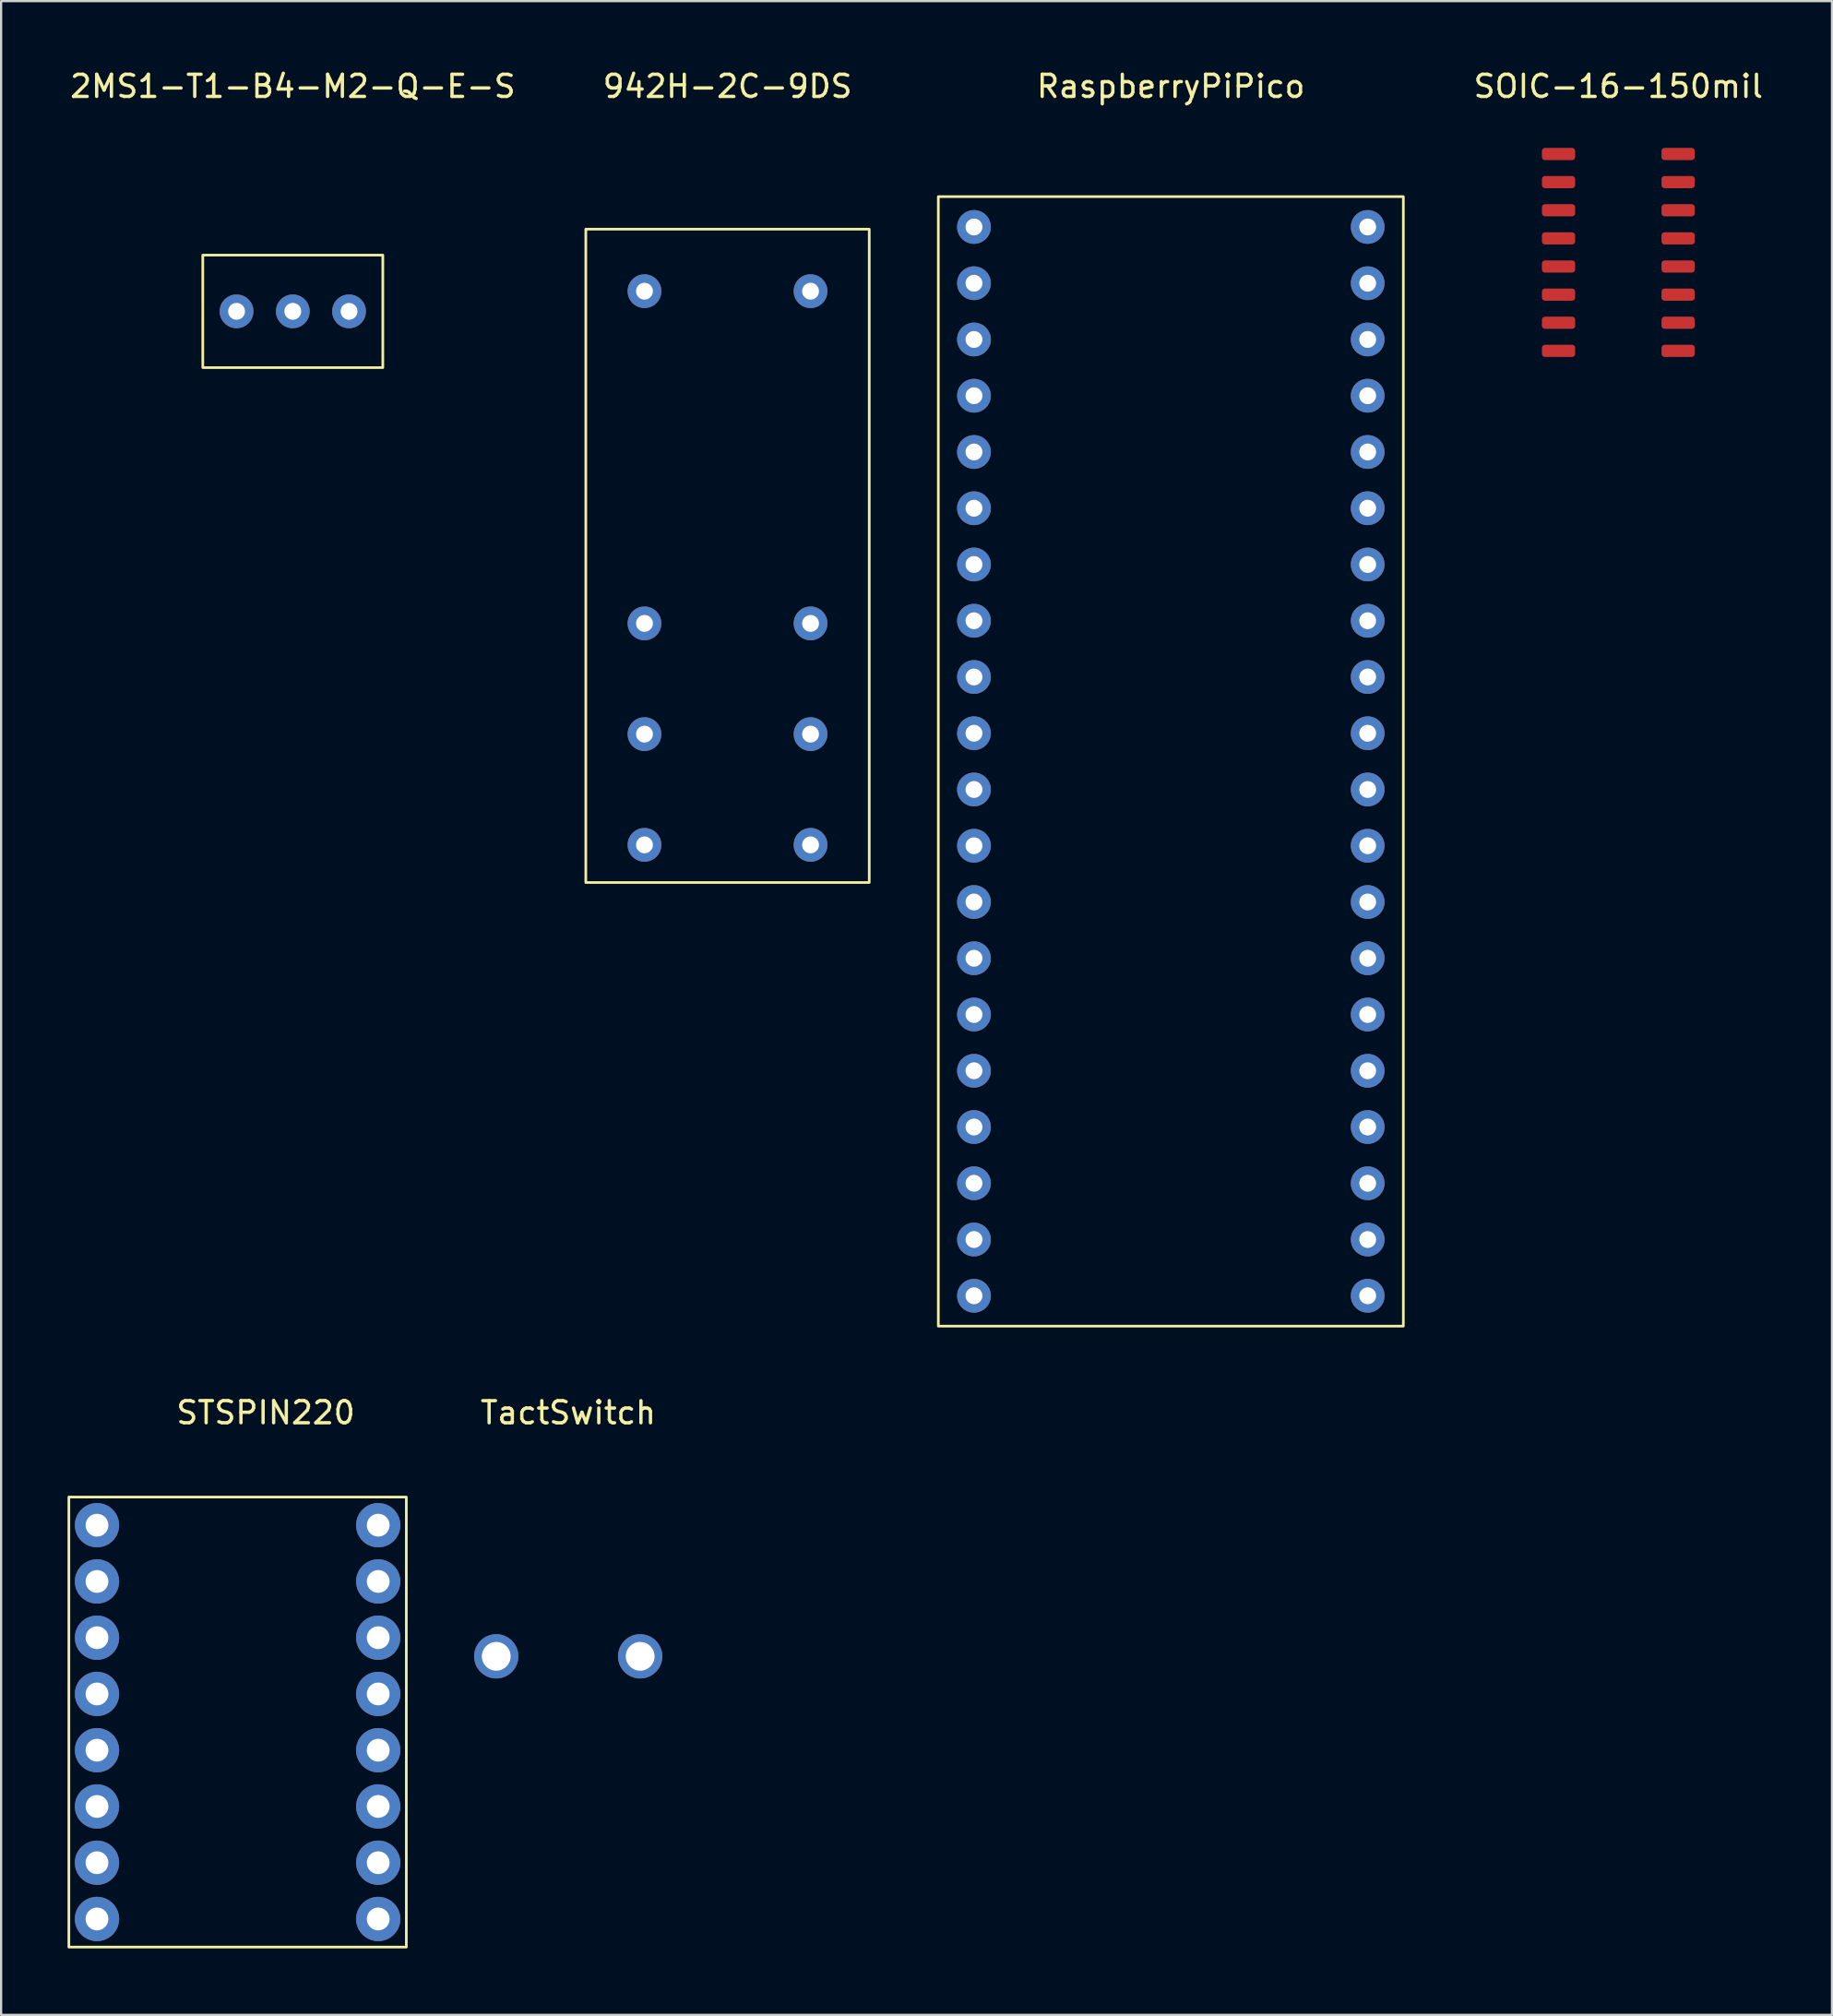
<source format=kicad_pcb>
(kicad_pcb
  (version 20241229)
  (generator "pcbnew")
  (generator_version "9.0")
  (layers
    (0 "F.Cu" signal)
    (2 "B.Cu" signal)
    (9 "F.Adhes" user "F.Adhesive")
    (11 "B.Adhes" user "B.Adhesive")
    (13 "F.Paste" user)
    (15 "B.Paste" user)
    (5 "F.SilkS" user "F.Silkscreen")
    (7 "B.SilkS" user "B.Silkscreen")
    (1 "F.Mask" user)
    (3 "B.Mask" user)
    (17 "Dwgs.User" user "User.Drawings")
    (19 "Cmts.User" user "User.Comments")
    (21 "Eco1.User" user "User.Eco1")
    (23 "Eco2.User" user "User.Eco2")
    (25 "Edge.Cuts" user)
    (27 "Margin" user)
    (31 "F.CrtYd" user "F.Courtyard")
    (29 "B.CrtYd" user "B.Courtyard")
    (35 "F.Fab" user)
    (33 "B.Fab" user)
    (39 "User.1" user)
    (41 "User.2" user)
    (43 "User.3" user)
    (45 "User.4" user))
  (footprint "2MS1-T1-B4-M2-Q-E-S"
    (layer "F.Cu")
    (at 10.173 11.008)
    (property "Reference" "2MS1-T1-B4-M2-Q-E-S" (at 0 -10.16 0) (unlocked yes) (layer "F.SilkS") (effects (font (size 1 1) (thickness 0.15))))
    (attr through_hole)
    (fp_rect (start -4.065 -2.54) (end 4.065 2.54) (stroke (width 0.12) (type solid)) (fill no) (layer "F.SilkS"))
    (pad "1" thru_hole circle (at -2.54 0) (size 1.524 1.524) (drill 0.762) (layers "*.Cu" "*.Mask"))
    (pad "2" thru_hole circle (at 0 0) (size 1.524 1.524) (drill 0.762) (layers "*.Cu" "*.Mask"))
    (pad "3" thru_hole circle (at 2.54 0) (size 1.524 1.524) (drill 0.762) (layers "*.Cu" "*.Mask")))
  (footprint "942H-2C-9DS"
    (layer "F.Cu")
    (at 29.805 22.598)
    (property "Reference" "942H-2C-9DS" (at 0 -21.75 0) (unlocked yes) (layer "F.SilkS") (effects (font (size 1 1) (thickness 0.15))))
    (attr through_hole)
    (fp_rect (start -6.4 -15.3) (end 6.4 14.2) (stroke (width 0.12) (type solid)) (fill no) (layer "F.SilkS"))
    (pad "1" thru_hole circle (at -3.75 -12.5) (size 1.524 1.524) (drill 0.762) (layers "*.Cu" "*.Mask"))
    (pad "2" thru_hole circle (at -3.75 2.5) (size 1.524 1.524) (drill 0.762) (layers "*.Cu" "*.Mask"))
    (pad "3" thru_hole circle (at -3.75 7.5) (size 1.524 1.524) (drill 0.762) (layers "*.Cu" "*.Mask"))
    (pad "4" thru_hole circle (at -3.75 12.5) (size 1.524 1.524) (drill 0.762) (layers "*.Cu" "*.Mask"))
    (pad "5" thru_hole circle (at 3.75 12.5) (size 1.524 1.524) (drill 0.762) (layers "*.Cu" "*.Mask"))
    (pad "6" thru_hole circle (at 3.75 7.5) (size 1.524 1.524) (drill 0.762) (layers "*.Cu" "*.Mask"))
    (pad "7" thru_hole circle (at 3.75 2.5) (size 1.524 1.524) (drill 0.762) (layers "*.Cu" "*.Mask"))
    (pad "8" thru_hole circle (at 3.75 -12.5) (size 1.524 1.524) (drill 0.762) (layers "*.Cu" "*.Mask")))
  (footprint "TactSwitch"
    (layer "F.Cu")
    (at 22.61 71.737)
    (property "Reference" "TactSwitch" (at 0 -11 0) (unlocked yes) (layer "F.SilkS") (effects (font (size 1 1) (thickness 0.15))))
    (attr through_hole)
    (pad "1" thru_hole circle (at -3.25 0) (size 2 2) (drill 1.3) (layers "*.Cu" "*.Mask"))
    (pad "2" thru_hole circle (at 3.25 0) (size 2 2) (drill 1.3) (layers "*.Cu" "*.Mask")))
  (footprint "SOIC-16-150mil"
    (layer "F.Cu")
    (at 70.034 8.348)
    (property "Reference" "SOIC-16-150mil" (at 0 -7.5 0) (unlocked yes) (layer "F.SilkS") (effects (font (size 1 1) (thickness 0.15))))
    (attr smd)
    (pad "1" smd roundrect (at -2.7 -4.445) (size 1.5 0.55) (layers "F.Cu" "F.Mask" "F.Paste") (roundrect_rratio 0.25))
    (pad "2" smd roundrect (at -2.7 -3.175) (size 1.5 0.55) (layers "F.Cu" "F.Mask" "F.Paste") (roundrect_rratio 0.25))
    (pad "3" smd roundrect (at -2.7 -1.905) (size 1.5 0.55) (layers "F.Cu" "F.Mask" "F.Paste") (roundrect_rratio 0.25))
    (pad "4" smd roundrect (at -2.7 -0.635) (size 1.5 0.55) (layers "F.Cu" "F.Mask" "F.Paste") (roundrect_rratio 0.25))
    (pad "5" smd roundrect (at -2.7 0.635) (size 1.5 0.55) (layers "F.Cu" "F.Mask" "F.Paste") (roundrect_rratio 0.25))
    (pad "6" smd roundrect (at -2.7 1.905) (size 1.5 0.55) (layers "F.Cu" "F.Mask" "F.Paste") (roundrect_rratio 0.25))
    (pad "7" smd roundrect (at -2.7 3.175) (size 1.5 0.55) (layers "F.Cu" "F.Mask" "F.Paste") (roundrect_rratio 0.25))
    (pad "8" smd roundrect (at -2.7 4.445) (size 1.5 0.55) (layers "F.Cu" "F.Mask" "F.Paste") (roundrect_rratio 0.25))
    (pad "9" smd roundrect (at 2.7 4.445) (size 1.5 0.55) (layers "F.Cu" "F.Mask" "F.Paste") (roundrect_rratio 0.25))
    (pad "10" smd roundrect (at 2.7 3.175) (size 1.5 0.55) (layers "F.Cu" "F.Mask" "F.Paste") (roundrect_rratio 0.25))
    (pad "11" smd roundrect (at 2.7 1.905) (size 1.5 0.55) (layers "F.Cu" "F.Mask" "F.Paste") (roundrect_rratio 0.25))
    (pad "12" smd roundrect (at 2.7 0.635) (size 1.5 0.55) (layers "F.Cu" "F.Mask" "F.Paste") (roundrect_rratio 0.25))
    (pad "13" smd roundrect (at 2.7 -0.635) (size 1.5 0.55) (layers "F.Cu" "F.Mask" "F.Paste") (roundrect_rratio 0.25))
    (pad "14" smd roundrect (at 2.7 -1.905) (size 1.5 0.55) (layers "F.Cu" "F.Mask" "F.Paste") (roundrect_rratio 0.25))
    (pad "15" smd roundrect (at 2.7 -3.175) (size 1.5 0.55) (layers "F.Cu" "F.Mask" "F.Paste") (roundrect_rratio 0.25))
    (pad "16" smd roundrect (at 2.7 -4.445) (size 1.5 0.55) (layers "F.Cu" "F.Mask" "F.Paste") (roundrect_rratio 0.25)))
  (footprint "RaspberryPiPico"
    (layer "F.Cu")
    (at 49.825 31.328)
    (property "Reference" "RaspberryPiPico" (at 0 -30.48 0) (unlocked yes) (layer "F.SilkS") (effects (font (size 1 1) (thickness 0.15))))
    (attr through_hole)
    (fp_rect (start -10.5 -25.5) (end 10.5 25.5) (stroke (width 0.12) (type solid)) (fill no) (layer "F.SilkS"))
    (pad "1" thru_hole circle (at -8.89 -24.13) (size 1.524 1.524) (drill 0.762) (layers "*.Cu" "*.Mask"))
    (pad "2" thru_hole circle (at -8.89 -21.59) (size 1.524 1.524) (drill 0.762) (layers "*.Cu" "*.Mask"))
    (pad "3" thru_hole circle (at -8.89 -19.05) (size 1.524 1.524) (drill 0.762) (layers "*.Cu" "*.Mask"))
    (pad "4" thru_hole circle (at -8.89 -16.51) (size 1.524 1.524) (drill 0.762) (layers "*.Cu" "*.Mask"))
    (pad "5" thru_hole circle (at -8.89 -13.97) (size 1.524 1.524) (drill 0.762) (layers "*.Cu" "*.Mask"))
    (pad "6" thru_hole circle (at -8.89 -11.43) (size 1.524 1.524) (drill 0.762) (layers "*.Cu" "*.Mask"))
    (pad "7" thru_hole circle (at -8.89 -8.89) (size 1.524 1.524) (drill 0.762) (layers "*.Cu" "*.Mask"))
    (pad "8" thru_hole circle (at -8.89 -6.35) (size 1.524 1.524) (drill 0.762) (layers "*.Cu" "*.Mask"))
    (pad "9" thru_hole circle (at -8.89 -3.81) (size 1.524 1.524) (drill 0.762) (layers "*.Cu" "*.Mask"))
    (pad "10" thru_hole circle (at -8.89 -1.27) (size 1.524 1.524) (drill 0.762) (layers "*.Cu" "*.Mask"))
    (pad "11" thru_hole circle (at -8.89 1.27) (size 1.524 1.524) (drill 0.762) (layers "*.Cu" "*.Mask"))
    (pad "12" thru_hole circle (at -8.89 3.81) (size 1.524 1.524) (drill 0.762) (layers "*.Cu" "*.Mask"))
    (pad "13" thru_hole circle (at -8.89 6.35) (size 1.524 1.524) (drill 0.762) (layers "*.Cu" "*.Mask"))
    (pad "14" thru_hole circle (at -8.89 8.89) (size 1.524 1.524) (drill 0.762) (layers "*.Cu" "*.Mask"))
    (pad "15" thru_hole circle (at -8.89 11.43) (size 1.524 1.524) (drill 0.762) (layers "*.Cu" "*.Mask"))
    (pad "16" thru_hole circle (at -8.89 13.97) (size 1.524 1.524) (drill 0.762) (layers "*.Cu" "*.Mask"))
    (pad "17" thru_hole circle (at -8.89 16.51) (size 1.524 1.524) (drill 0.762) (layers "*.Cu" "*.Mask"))
    (pad "18" thru_hole circle (at -8.89 19.05) (size 1.524 1.524) (drill 0.762) (layers "*.Cu" "*.Mask"))
    (pad "19" thru_hole circle (at -8.89 21.59) (size 1.524 1.524) (drill 0.762) (layers "*.Cu" "*.Mask"))
    (pad "20" thru_hole circle (at -8.89 24.13) (size 1.524 1.524) (drill 0.762) (layers "*.Cu" "*.Mask"))
    (pad "21" thru_hole circle (at 8.89 24.13) (size 1.524 1.524) (drill 0.762) (layers "*.Cu" "*.Mask"))
    (pad "22" thru_hole circle (at 8.89 21.59) (size 1.524 1.524) (drill 0.762) (layers "*.Cu" "*.Mask"))
    (pad "23" thru_hole circle (at 8.89 19.05) (size 1.524 1.524) (drill 0.762) (layers "*.Cu" "*.Mask"))
    (pad "24" thru_hole circle (at 8.89 16.51) (size 1.524 1.524) (drill 0.762) (layers "*.Cu" "*.Mask"))
    (pad "25" thru_hole circle (at 8.89 13.97) (size 1.524 1.524) (drill 0.762) (layers "*.Cu" "*.Mask"))
    (pad "26" thru_hole circle (at 8.89 11.43) (size 1.524 1.524) (drill 0.762) (layers "*.Cu" "*.Mask"))
    (pad "27" thru_hole circle (at 8.89 8.89) (size 1.524 1.524) (drill 0.762) (layers "*.Cu" "*.Mask"))
    (pad "28" thru_hole circle (at 8.89 6.35) (size 1.524 1.524) (drill 0.762) (layers "*.Cu" "*.Mask"))
    (pad "29" thru_hole circle (at 8.89 3.81) (size 1.524 1.524) (drill 0.762) (layers "*.Cu" "*.Mask"))
    (pad "30" thru_hole circle (at 8.89 1.27) (size 1.524 1.524) (drill 0.762) (layers "*.Cu" "*.Mask"))
    (pad "31" thru_hole circle (at 8.89 -1.27) (size 1.524 1.524) (drill 0.762) (layers "*.Cu" "*.Mask"))
    (pad "32" thru_hole circle (at 8.89 -3.81) (size 1.524 1.524) (drill 0.762) (layers "*.Cu" "*.Mask"))
    (pad "33" thru_hole circle (at 8.89 -6.35) (size 1.524 1.524) (drill 0.762) (layers "*.Cu" "*.Mask"))
    (pad "34" thru_hole circle (at 8.89 -8.89) (size 1.524 1.524) (drill 0.762) (layers "*.Cu" "*.Mask"))
    (pad "35" thru_hole circle (at 8.89 -11.43) (size 1.524 1.524) (drill 0.762) (layers "*.Cu" "*.Mask"))
    (pad "36" thru_hole circle (at 8.89 -13.97) (size 1.524 1.524) (drill 0.762) (layers "*.Cu" "*.Mask"))
    (pad "37" thru_hole circle (at 8.89 -16.51) (size 1.524 1.524) (drill 0.762) (layers "*.Cu" "*.Mask"))
    (pad "38" thru_hole circle (at 8.89 -19.05) (size 1.524 1.524) (drill 0.762) (layers "*.Cu" "*.Mask"))
    (pad "39" thru_hole circle (at 8.89 -21.59) (size 1.524 1.524) (drill 0.762) (layers "*.Cu" "*.Mask"))
    (pad "40" thru_hole circle (at 8.89 -24.13) (size 1.524 1.524) (drill 0.762) (layers "*.Cu" "*.Mask")))
  (footprint "STSPIN220"
    (layer "F.Cu")
    (at 8.95 73.436)
    (property "Reference" "STSPIN220" (at 0 -12.7 0) (unlocked yes) (layer "F.SilkS") (effects (font (size 1 1) (thickness 0.15))))
    (attr smd)
    (fp_rect (start -8.89 -8.89) (end 6.35 11.43) (stroke (width 0.12) (type solid)) (fill no) (layer "F.SilkS"))
    (pad "1" thru_hole circle (at -7.62 -7.62) (size 2 2) (drill 1.03) (layers "*.Cu" "*.Mask"))
    (pad "2" thru_hole circle (at -7.62 -5.08) (size 2 2) (drill 1.03) (layers "*.Cu" "*.Mask"))
    (pad "3" thru_hole circle (at -7.62 -2.54) (size 2 2) (drill 1.03) (layers "*.Cu" "*.Mask"))
    (pad "4" thru_hole circle (at -7.62 0) (size 2 2) (drill 1.03) (layers "*.Cu" "*.Mask"))
    (pad "5" thru_hole circle (at -7.62 2.54) (size 2 2) (drill 1.03) (layers "*.Cu" "*.Mask"))
    (pad "6" thru_hole circle (at -7.62 5.08) (size 2 2) (drill 1.03) (layers "*.Cu" "*.Mask"))
    (pad "7" thru_hole circle (at -7.62 7.62) (size 2 2) (drill 1.03) (layers "*.Cu" "*.Mask"))
    (pad "8" thru_hole circle (at -7.62 10.16) (size 2 2) (drill 1.03) (layers "*.Cu" "*.Mask"))
    (pad "9" thru_hole circle (at 5.08 10.16) (size 2 2) (drill 1.03) (layers "*.Cu" "*.Mask"))
    (pad "10" thru_hole circle (at 5.08 7.62) (size 2 2) (drill 1.03) (layers "*.Cu" "*.Mask"))
    (pad "11" thru_hole circle (at 5.08 5.08) (size 2 2) (drill 1.03) (layers "*.Cu" "*.Mask"))
    (pad "12" thru_hole circle (at 5.08 2.54) (size 2 2) (drill 1.03) (layers "*.Cu" "*.Mask"))
    (pad "13" thru_hole circle (at 5.08 0) (size 2 2) (drill 1.03) (layers "*.Cu" "*.Mask"))
    (pad "14" thru_hole circle (at 5.08 -2.54) (size 2 2) (drill 1.03) (layers "*.Cu" "*.Mask"))
    (pad "15" thru_hole circle (at 5.08 -5.08) (size 2 2) (drill 1.03) (layers "*.Cu" "*.Mask"))
    (pad "16" thru_hole circle (at 5.08 -7.62) (size 2 2) (drill 1.03) (layers "*.Cu" "*.Mask")))
  (gr_rect
    (start -3 -3)
    (end 79.683 87.927)
    (stroke (width 0.1) (type default))
    (fill no)
    (layer "Edge.Cuts")))
</source>
